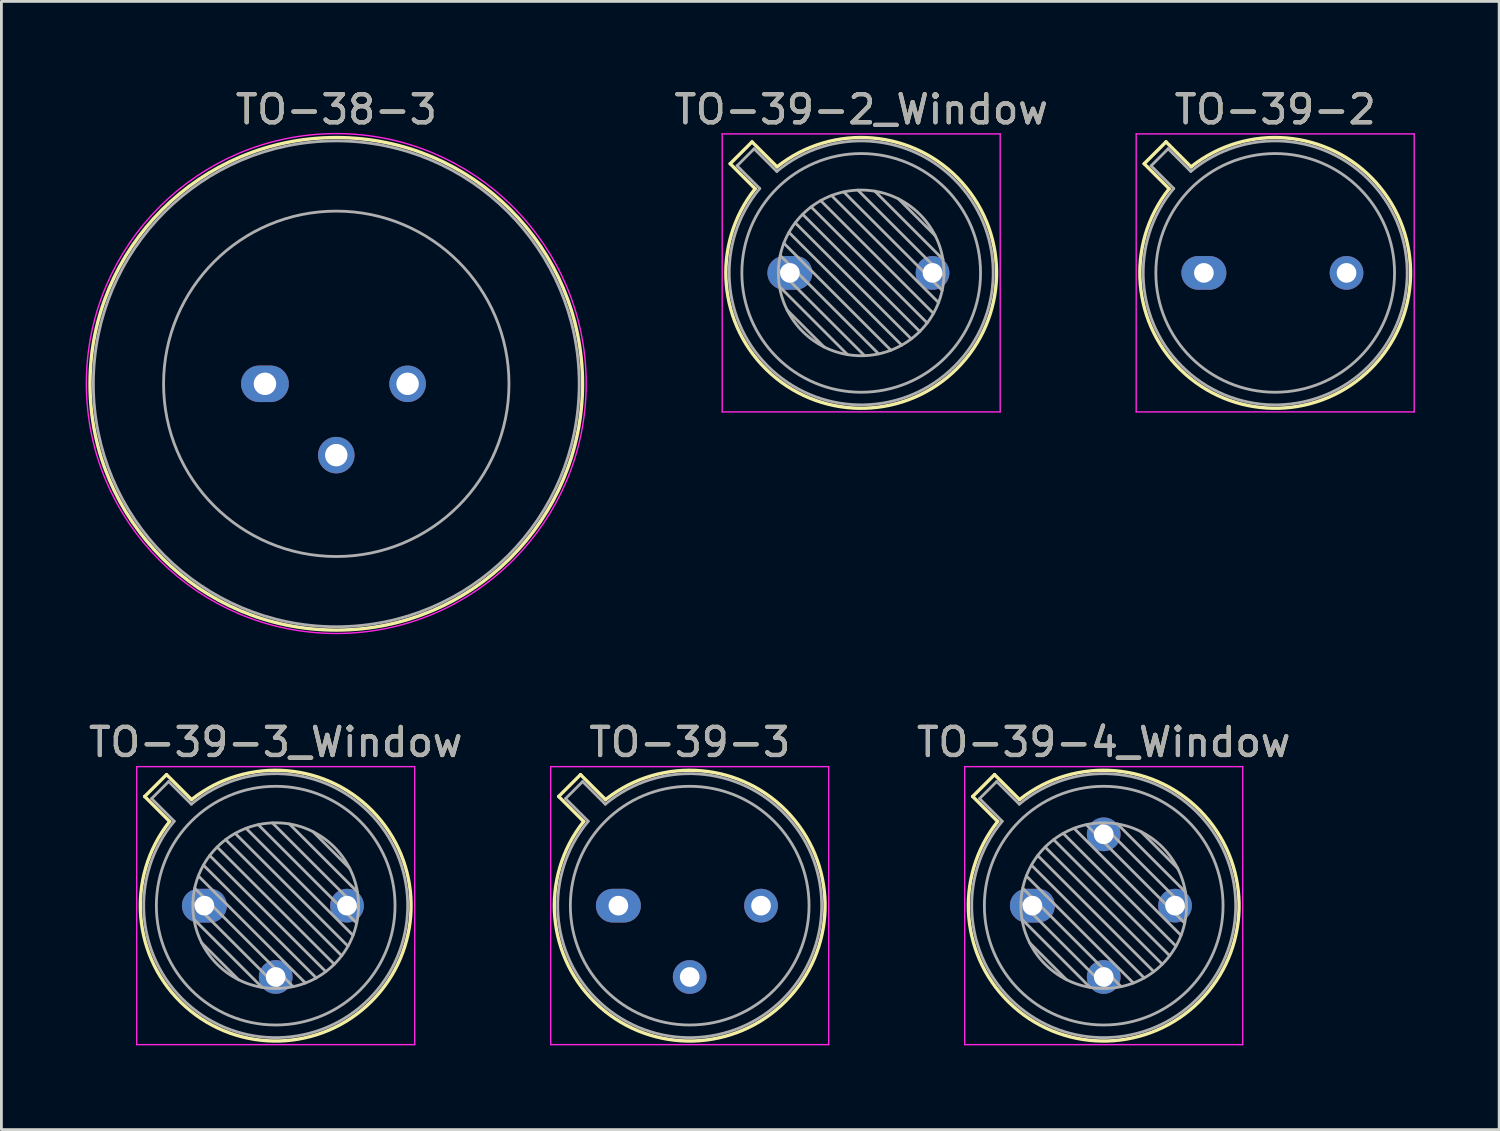
<source format=kicad_pcb>
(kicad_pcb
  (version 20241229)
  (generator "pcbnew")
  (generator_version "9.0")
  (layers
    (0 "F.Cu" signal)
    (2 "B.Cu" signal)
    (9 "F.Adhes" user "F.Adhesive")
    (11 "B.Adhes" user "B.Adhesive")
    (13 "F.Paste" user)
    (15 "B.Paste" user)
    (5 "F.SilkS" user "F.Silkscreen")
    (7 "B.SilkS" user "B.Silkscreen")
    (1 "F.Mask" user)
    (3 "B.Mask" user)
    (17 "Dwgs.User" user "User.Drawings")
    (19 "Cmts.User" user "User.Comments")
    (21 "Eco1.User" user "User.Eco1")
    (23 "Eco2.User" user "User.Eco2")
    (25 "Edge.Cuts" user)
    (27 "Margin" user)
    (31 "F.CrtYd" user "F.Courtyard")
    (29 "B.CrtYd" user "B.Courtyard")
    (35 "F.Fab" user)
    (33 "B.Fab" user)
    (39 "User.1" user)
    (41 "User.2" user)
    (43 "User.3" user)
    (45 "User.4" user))
  (footprint "TO-39-4_Window"
    (layer "F.Cu")
    (at 33.714 29.201)
    (property "Reference" "TO-39-4_Window" (at 2.54 -5.82 0) (layer "F.SilkS") (effects (font (size 1 1) (thickness 0.15))))
    (attr through_hole)
    (fp_line (start -2.126 -3.888) (end -1.235 -2.997) (stroke (width 0.12) (type solid)) (layer "F.SilkS"))
    (fp_line (start -1.348 -4.666) (end -2.126 -3.888) (stroke (width 0.12) (type solid)) (layer "F.SilkS"))
    (fp_line (start -0.457 -3.775) (end -1.348 -4.666) (stroke (width 0.12) (type solid)) (layer "F.SilkS"))
    (fp_arc (start -0.457084 -3.774902) (mid 5.948125 3.408384) (end -1.234674 -2.997371) (stroke (width 0.12) (type solid)) (layer "F.SilkS"))
    (fp_line (start -2.41 -4.95) (end -2.41 4.95) (stroke (width 0.05) (type solid)) (layer "F.CrtYd"))
    (fp_line (start -2.41 4.95) (end 7.49 4.95) (stroke (width 0.05) (type solid)) (layer "F.CrtYd"))
    (fp_line (start 7.49 -4.95) (end -2.41 -4.95) (stroke (width 0.05) (type solid)) (layer "F.CrtYd"))
    (fp_line (start 7.49 4.95) (end 7.49 -4.95) (stroke (width 0.05) (type solid)) (layer "F.CrtYd"))
    (fp_line (start -1.88 -3.812) (end -1.074 -3.005) (stroke (width 0.1) (type solid)) (layer "F.Fab"))
    (fp_line (start -1.272 -4.42) (end -1.88 -3.812) (stroke (width 0.1) (type solid)) (layer "F.Fab"))
    (fp_line (start -0.465 -3.614) (end -1.272 -4.42) (stroke (width 0.1) (type solid)) (layer "F.Fab"))
    (fp_line (start -0.408 -0.12) (end 2.66 2.948) (stroke (width 0.1) (type solid)) (layer "F.Fab"))
    (fp_line (start -0.371 0.485) (end 2.055 2.911) (stroke (width 0.1) (type solid)) (layer "F.Fab"))
    (fp_line (start -0.344 -0.622) (end 3.162 2.884) (stroke (width 0.1) (type solid)) (layer "F.Fab"))
    (fp_line (start -0.215 -1.058) (end 3.598 2.755) (stroke (width 0.1) (type solid)) (layer "F.Fab"))
    (fp_line (start -0.097 1.324) (end 1.216 2.637) (stroke (width 0.1) (type solid)) (layer "F.Fab"))
    (fp_line (start -0.034 -1.443) (end 3.983 2.574) (stroke (width 0.1) (type solid)) (layer "F.Fab"))
    (fp_line (start 0.19 -1.784) (end 4.324 2.35) (stroke (width 0.1) (type solid)) (layer "F.Fab"))
    (fp_line (start 0.454 -2.086) (end 4.626 2.086) (stroke (width 0.1) (type solid)) (layer "F.Fab"))
    (fp_line (start 0.756 -2.35) (end 4.89 1.784) (stroke (width 0.1) (type solid)) (layer "F.Fab"))
    (fp_line (start 1.097 -2.574) (end 5.114 1.443) (stroke (width 0.1) (type solid)) (layer "F.Fab"))
    (fp_line (start 1.482 -2.755) (end 5.295 1.058) (stroke (width 0.1) (type solid)) (layer "F.Fab"))
    (fp_line (start 1.918 -2.884) (end 5.424 0.622) (stroke (width 0.1) (type solid)) (layer "F.Fab"))
    (fp_line (start 2.42 -2.948) (end 5.488 0.12) (stroke (width 0.1) (type solid)) (layer "F.Fab"))
    (fp_line (start 3.025 -2.911) (end 5.451 -0.485) (stroke (width 0.1) (type solid)) (layer "F.Fab"))
    (fp_line (start 3.864 -2.637) (end 5.177 -1.324) (stroke (width 0.1) (type solid)) (layer "F.Fab"))
    (fp_arc (start -0.465408 -3.61352) (mid 5.863443 3.323361) (end -1.073594 -3.005319) (stroke (width 0.1) (type solid)) (layer "F.Fab"))
    (fp_circle (center 2.54 0) (end 5.49 0) (stroke (width 0.1) (type solid)) (fill no) (layer "F.Fab"))
    (fp_circle (center 2.54 0) (end 6.79 0) (stroke (width 0.1) (type solid)) (fill no) (layer "F.Fab"))
    (fp_text user "${REFERENCE}" (at 2.54 -5.82 0) (layer "F.Fab") (effects (font (size 1 1) (thickness 0.15))))
    (pad "1" thru_hole oval (at 0 0) (size 1.6 1.2) (drill 0.7) (layers "*.Cu" "*.Mask"))
    (pad "2" thru_hole oval (at 2.54 2.54) (size 1.2 1.2) (drill 0.7) (layers "*.Cu" "*.Mask"))
    (pad "3" thru_hole oval (at 5.08 0) (size 1.2 1.2) (drill 0.7) (layers "*.Cu" "*.Mask"))
    (pad "4" thru_hole oval (at 2.54 -2.54) (size 1.2 1.2) (drill 0.7) (layers "*.Cu" "*.Mask")))
  (footprint "TO-39-2_Window"
    (layer "F.Cu")
    (at 25.078 6.668)
    (property "Reference" "TO-39-2_Window" (at 2.54 -5.82 0) (layer "F.SilkS") (effects (font (size 1 1) (thickness 0.15))))
    (attr through_hole)
    (fp_line (start -2.126 -3.888) (end -1.235 -2.997) (stroke (width 0.12) (type solid)) (layer "F.SilkS"))
    (fp_line (start -1.348 -4.666) (end -2.126 -3.888) (stroke (width 0.12) (type solid)) (layer "F.SilkS"))
    (fp_line (start -0.457 -3.775) (end -1.348 -4.666) (stroke (width 0.12) (type solid)) (layer "F.SilkS"))
    (fp_arc (start -0.457084 -3.774902) (mid 5.948125 3.408384) (end -1.234674 -2.997371) (stroke (width 0.12) (type solid)) (layer "F.SilkS"))
    (fp_line (start -2.41 -4.95) (end -2.41 4.95) (stroke (width 0.05) (type solid)) (layer "F.CrtYd"))
    (fp_line (start -2.41 4.95) (end 7.49 4.95) (stroke (width 0.05) (type solid)) (layer "F.CrtYd"))
    (fp_line (start 7.49 -4.95) (end -2.41 -4.95) (stroke (width 0.05) (type solid)) (layer "F.CrtYd"))
    (fp_line (start 7.49 4.95) (end 7.49 -4.95) (stroke (width 0.05) (type solid)) (layer "F.CrtYd"))
    (fp_line (start -1.88 -3.812) (end -1.074 -3.005) (stroke (width 0.1) (type solid)) (layer "F.Fab"))
    (fp_line (start -1.272 -4.42) (end -1.88 -3.812) (stroke (width 0.1) (type solid)) (layer "F.Fab"))
    (fp_line (start -0.465 -3.614) (end -1.272 -4.42) (stroke (width 0.1) (type solid)) (layer "F.Fab"))
    (fp_line (start -0.408 -0.12) (end 2.66 2.948) (stroke (width 0.1) (type solid)) (layer "F.Fab"))
    (fp_line (start -0.371 0.485) (end 2.055 2.911) (stroke (width 0.1) (type solid)) (layer "F.Fab"))
    (fp_line (start -0.344 -0.622) (end 3.162 2.884) (stroke (width 0.1) (type solid)) (layer "F.Fab"))
    (fp_line (start -0.215 -1.058) (end 3.598 2.755) (stroke (width 0.1) (type solid)) (layer "F.Fab"))
    (fp_line (start -0.097 1.324) (end 1.216 2.637) (stroke (width 0.1) (type solid)) (layer "F.Fab"))
    (fp_line (start -0.034 -1.443) (end 3.983 2.574) (stroke (width 0.1) (type solid)) (layer "F.Fab"))
    (fp_line (start 0.19 -1.784) (end 4.324 2.35) (stroke (width 0.1) (type solid)) (layer "F.Fab"))
    (fp_line (start 0.454 -2.086) (end 4.626 2.086) (stroke (width 0.1) (type solid)) (layer "F.Fab"))
    (fp_line (start 0.756 -2.35) (end 4.89 1.784) (stroke (width 0.1) (type solid)) (layer "F.Fab"))
    (fp_line (start 1.097 -2.574) (end 5.114 1.443) (stroke (width 0.1) (type solid)) (layer "F.Fab"))
    (fp_line (start 1.482 -2.755) (end 5.295 1.058) (stroke (width 0.1) (type solid)) (layer "F.Fab"))
    (fp_line (start 1.918 -2.884) (end 5.424 0.622) (stroke (width 0.1) (type solid)) (layer "F.Fab"))
    (fp_line (start 2.42 -2.948) (end 5.488 0.12) (stroke (width 0.1) (type solid)) (layer "F.Fab"))
    (fp_line (start 3.025 -2.911) (end 5.451 -0.485) (stroke (width 0.1) (type solid)) (layer "F.Fab"))
    (fp_line (start 3.864 -2.637) (end 5.177 -1.324) (stroke (width 0.1) (type solid)) (layer "F.Fab"))
    (fp_arc (start -0.465408 -3.61352) (mid 5.863443 3.323361) (end -1.073594 -3.005319) (stroke (width 0.1) (type solid)) (layer "F.Fab"))
    (fp_circle (center 2.54 0) (end 5.49 0) (stroke (width 0.1) (type solid)) (fill no) (layer "F.Fab"))
    (fp_circle (center 2.54 0) (end 6.79 0) (stroke (width 0.1) (type solid)) (fill no) (layer "F.Fab"))
    (fp_text user "${REFERENCE}" (at 2.54 -5.82 0) (layer "F.Fab") (effects (font (size 1 1) (thickness 0.15))))
    (pad "1" thru_hole oval (at 0 0) (size 1.6 1.2) (drill 0.7) (layers "*.Cu" "*.Mask"))
    (pad "2" thru_hole oval (at 5.08 0) (size 1.2 1.2) (drill 0.7) (layers "*.Cu" "*.Mask")))
  (footprint "TO-38-3"
    (layer "F.Cu")
    (at 6.385 10.618)
    (property "Reference" "TO-38-3" (at 2.54 -9.77 0) (layer "F.SilkS") (effects (font (size 1 1) (thickness 0.15))))
    (attr through_hole)
    (fp_circle (center 2.54 0) (end 11.31 0) (stroke (width 0.12) (type solid)) (fill no) (layer "F.SilkS"))
    (fp_circle (center 2.54 -0.01) (end 11.44 -0.01) (stroke (width 0.05) (type solid)) (fill no) (layer "F.CrtYd"))
    (fp_circle (center 2.54 0) (end 8.69 0) (stroke (width 0.1) (type solid)) (fill no) (layer "F.Fab"))
    (fp_circle (center 2.54 0) (end 11.19 0) (stroke (width 0.1) (type solid)) (fill no) (layer "F.Fab"))
    (fp_text user "${REFERENCE}" (at 2.54 -9.77 0) (layer "F.Fab") (effects (font (size 1 1) (thickness 0.15))))
    (pad "1" thru_hole oval (at 0 0) (size 1.7 1.3) (drill 0.8) (layers "*.Cu" "*.Mask"))
    (pad "2" thru_hole oval (at 2.54 2.54) (size 1.3 1.3) (drill 0.8) (layers "*.Cu" "*.Mask"))
    (pad "3" thru_hole oval (at 5.08 0) (size 1.3 1.3) (drill 0.8) (layers "*.Cu" "*.Mask")))
  (footprint "TO-39-3_Window"
    (layer "F.Cu")
    (at 4.228 29.201)
    (property "Reference" "TO-39-3_Window" (at 2.54 -5.82 0) (layer "F.SilkS") (effects (font (size 1 1) (thickness 0.15))))
    (attr through_hole)
    (fp_line (start -2.126 -3.888) (end -1.235 -2.997) (stroke (width 0.12) (type solid)) (layer "F.SilkS"))
    (fp_line (start -1.348 -4.666) (end -2.126 -3.888) (stroke (width 0.12) (type solid)) (layer "F.SilkS"))
    (fp_line (start -0.457 -3.775) (end -1.348 -4.666) (stroke (width 0.12) (type solid)) (layer "F.SilkS"))
    (fp_arc (start -0.457084 -3.774902) (mid 5.948125 3.408384) (end -1.234674 -2.997371) (stroke (width 0.12) (type solid)) (layer "F.SilkS"))
    (fp_line (start -2.41 -4.95) (end -2.41 4.95) (stroke (width 0.05) (type solid)) (layer "F.CrtYd"))
    (fp_line (start -2.41 4.95) (end 7.49 4.95) (stroke (width 0.05) (type solid)) (layer "F.CrtYd"))
    (fp_line (start 7.49 -4.95) (end -2.41 -4.95) (stroke (width 0.05) (type solid)) (layer "F.CrtYd"))
    (fp_line (start 7.49 4.95) (end 7.49 -4.95) (stroke (width 0.05) (type solid)) (layer "F.CrtYd"))
    (fp_line (start -1.88 -3.812) (end -1.074 -3.005) (stroke (width 0.1) (type solid)) (layer "F.Fab"))
    (fp_line (start -1.272 -4.42) (end -1.88 -3.812) (stroke (width 0.1) (type solid)) (layer "F.Fab"))
    (fp_line (start -0.465 -3.614) (end -1.272 -4.42) (stroke (width 0.1) (type solid)) (layer "F.Fab"))
    (fp_line (start -0.408 -0.12) (end 2.66 2.948) (stroke (width 0.1) (type solid)) (layer "F.Fab"))
    (fp_line (start -0.371 0.485) (end 2.055 2.911) (stroke (width 0.1) (type solid)) (layer "F.Fab"))
    (fp_line (start -0.344 -0.622) (end 3.162 2.884) (stroke (width 0.1) (type solid)) (layer "F.Fab"))
    (fp_line (start -0.215 -1.058) (end 3.598 2.755) (stroke (width 0.1) (type solid)) (layer "F.Fab"))
    (fp_line (start -0.097 1.324) (end 1.216 2.637) (stroke (width 0.1) (type solid)) (layer "F.Fab"))
    (fp_line (start -0.034 -1.443) (end 3.983 2.574) (stroke (width 0.1) (type solid)) (layer "F.Fab"))
    (fp_line (start 0.19 -1.784) (end 4.324 2.35) (stroke (width 0.1) (type solid)) (layer "F.Fab"))
    (fp_line (start 0.454 -2.086) (end 4.626 2.086) (stroke (width 0.1) (type solid)) (layer "F.Fab"))
    (fp_line (start 0.756 -2.35) (end 4.89 1.784) (stroke (width 0.1) (type solid)) (layer "F.Fab"))
    (fp_line (start 1.097 -2.574) (end 5.114 1.443) (stroke (width 0.1) (type solid)) (layer "F.Fab"))
    (fp_line (start 1.482 -2.755) (end 5.295 1.058) (stroke (width 0.1) (type solid)) (layer "F.Fab"))
    (fp_line (start 1.918 -2.884) (end 5.424 0.622) (stroke (width 0.1) (type solid)) (layer "F.Fab"))
    (fp_line (start 2.42 -2.948) (end 5.488 0.12) (stroke (width 0.1) (type solid)) (layer "F.Fab"))
    (fp_line (start 3.025 -2.911) (end 5.451 -0.485) (stroke (width 0.1) (type solid)) (layer "F.Fab"))
    (fp_line (start 3.864 -2.637) (end 5.177 -1.324) (stroke (width 0.1) (type solid)) (layer "F.Fab"))
    (fp_arc (start -0.465408 -3.61352) (mid 5.863443 3.323361) (end -1.073594 -3.005319) (stroke (width 0.1) (type solid)) (layer "F.Fab"))
    (fp_circle (center 2.54 0) (end 5.49 0) (stroke (width 0.1) (type solid)) (fill no) (layer "F.Fab"))
    (fp_circle (center 2.54 0) (end 6.79 0) (stroke (width 0.1) (type solid)) (fill no) (layer "F.Fab"))
    (fp_text user "${REFERENCE}" (at 2.54 -5.82 0) (layer "F.Fab") (effects (font (size 1 1) (thickness 0.15))))
    (pad "1" thru_hole oval (at 0 0) (size 1.6 1.2) (drill 0.7) (layers "*.Cu" "*.Mask"))
    (pad "2" thru_hole oval (at 2.54 2.54) (size 1.2 1.2) (drill 0.7) (layers "*.Cu" "*.Mask"))
    (pad "3" thru_hole oval (at 5.08 0) (size 1.2 1.2) (drill 0.7) (layers "*.Cu" "*.Mask")))
  (footprint "TO-39-3"
    (layer "F.Cu")
    (at 18.971 29.201)
    (property "Reference" "TO-39-3" (at 2.54 -5.82 0) (layer "F.SilkS") (effects (font (size 1 1) (thickness 0.15))))
    (attr through_hole)
    (fp_line (start -2.126 -3.888) (end -1.235 -2.997) (stroke (width 0.12) (type solid)) (layer "F.SilkS"))
    (fp_line (start -1.348 -4.666) (end -2.126 -3.888) (stroke (width 0.12) (type solid)) (layer "F.SilkS"))
    (fp_line (start -0.457 -3.775) (end -1.348 -4.666) (stroke (width 0.12) (type solid)) (layer "F.SilkS"))
    (fp_arc (start -0.457084 -3.774902) (mid 5.948125 3.408384) (end -1.234674 -2.997371) (stroke (width 0.12) (type solid)) (layer "F.SilkS"))
    (fp_line (start -2.41 -4.95) (end -2.41 4.95) (stroke (width 0.05) (type solid)) (layer "F.CrtYd"))
    (fp_line (start -2.41 4.95) (end 7.49 4.95) (stroke (width 0.05) (type solid)) (layer "F.CrtYd"))
    (fp_line (start 7.49 -4.95) (end -2.41 -4.95) (stroke (width 0.05) (type solid)) (layer "F.CrtYd"))
    (fp_line (start 7.49 4.95) (end 7.49 -4.95) (stroke (width 0.05) (type solid)) (layer "F.CrtYd"))
    (fp_line (start -1.88 -3.812) (end -1.074 -3.005) (stroke (width 0.1) (type solid)) (layer "F.Fab"))
    (fp_line (start -1.272 -4.42) (end -1.88 -3.812) (stroke (width 0.1) (type solid)) (layer "F.Fab"))
    (fp_line (start -0.465 -3.614) (end -1.272 -4.42) (stroke (width 0.1) (type solid)) (layer "F.Fab"))
    (fp_arc (start -0.465408 -3.61352) (mid 5.863443 3.323361) (end -1.073594 -3.005319) (stroke (width 0.1) (type solid)) (layer "F.Fab"))
    (fp_circle (center 2.54 0) (end 6.79 0) (stroke (width 0.1) (type solid)) (fill no) (layer "F.Fab"))
    (fp_text user "${REFERENCE}" (at 2.54 -5.82 0) (layer "F.Fab") (effects (font (size 1 1) (thickness 0.15))))
    (pad "1" thru_hole oval (at 0 0) (size 1.6 1.2) (drill 0.7) (layers "*.Cu" "*.Mask"))
    (pad "2" thru_hole oval (at 2.54 2.54) (size 1.2 1.2) (drill 0.7) (layers "*.Cu" "*.Mask"))
    (pad "3" thru_hole oval (at 5.08 0) (size 1.2 1.2) (drill 0.7) (layers "*.Cu" "*.Mask")))
  (footprint "TO-39-2"
    (layer "F.Cu")
    (at 39.821 6.668)
    (property "Reference" "TO-39-2" (at 2.54 -5.82 0) (layer "F.SilkS") (effects (font (size 1 1) (thickness 0.15))))
    (attr through_hole)
    (fp_line (start -2.126 -3.888) (end -1.235 -2.997) (stroke (width 0.12) (type solid)) (layer "F.SilkS"))
    (fp_line (start -1.348 -4.666) (end -2.126 -3.888) (stroke (width 0.12) (type solid)) (layer "F.SilkS"))
    (fp_line (start -0.457 -3.775) (end -1.348 -4.666) (stroke (width 0.12) (type solid)) (layer "F.SilkS"))
    (fp_arc (start -0.457084 -3.774902) (mid 5.948125 3.408384) (end -1.234674 -2.997371) (stroke (width 0.12) (type solid)) (layer "F.SilkS"))
    (fp_line (start -2.41 -4.95) (end -2.41 4.95) (stroke (width 0.05) (type solid)) (layer "F.CrtYd"))
    (fp_line (start -2.41 4.95) (end 7.49 4.95) (stroke (width 0.05) (type solid)) (layer "F.CrtYd"))
    (fp_line (start 7.49 -4.95) (end -2.41 -4.95) (stroke (width 0.05) (type solid)) (layer "F.CrtYd"))
    (fp_line (start 7.49 4.95) (end 7.49 -4.95) (stroke (width 0.05) (type solid)) (layer "F.CrtYd"))
    (fp_line (start -1.88 -3.812) (end -1.074 -3.005) (stroke (width 0.1) (type solid)) (layer "F.Fab"))
    (fp_line (start -1.272 -4.42) (end -1.88 -3.812) (stroke (width 0.1) (type solid)) (layer "F.Fab"))
    (fp_line (start -0.465 -3.614) (end -1.272 -4.42) (stroke (width 0.1) (type solid)) (layer "F.Fab"))
    (fp_arc (start -0.465408 -3.61352) (mid 5.863443 3.323361) (end -1.073594 -3.005319) (stroke (width 0.1) (type solid)) (layer "F.Fab"))
    (fp_circle (center 2.54 0) (end 6.79 0) (stroke (width 0.1) (type solid)) (fill no) (layer "F.Fab"))
    (fp_text user "${REFERENCE}" (at 2.54 -5.82 0) (layer "F.Fab") (effects (font (size 1 1) (thickness 0.15))))
    (pad "1" thru_hole oval (at 0 0) (size 1.6 1.2) (drill 0.7) (layers "*.Cu" "*.Mask"))
    (pad "2" thru_hole oval (at 5.08 0) (size 1.2 1.2) (drill 0.7) (layers "*.Cu" "*.Mask")))
  (gr_rect
    (start -3 -3)
    (end 50.336 37.176)
    (stroke (width 0.1) (type default))
    (fill no)
    (layer "Edge.Cuts")))
</source>
